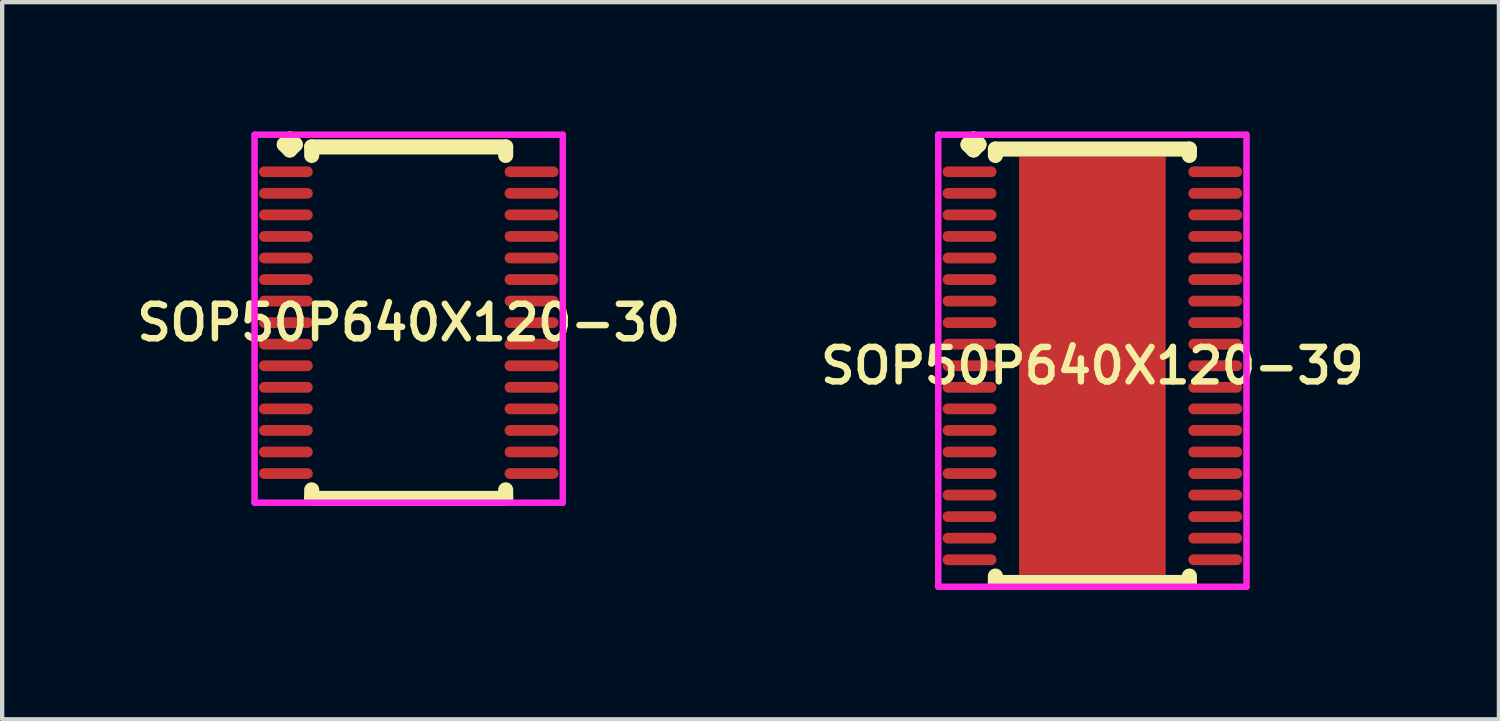
<source format=kicad_pcb>
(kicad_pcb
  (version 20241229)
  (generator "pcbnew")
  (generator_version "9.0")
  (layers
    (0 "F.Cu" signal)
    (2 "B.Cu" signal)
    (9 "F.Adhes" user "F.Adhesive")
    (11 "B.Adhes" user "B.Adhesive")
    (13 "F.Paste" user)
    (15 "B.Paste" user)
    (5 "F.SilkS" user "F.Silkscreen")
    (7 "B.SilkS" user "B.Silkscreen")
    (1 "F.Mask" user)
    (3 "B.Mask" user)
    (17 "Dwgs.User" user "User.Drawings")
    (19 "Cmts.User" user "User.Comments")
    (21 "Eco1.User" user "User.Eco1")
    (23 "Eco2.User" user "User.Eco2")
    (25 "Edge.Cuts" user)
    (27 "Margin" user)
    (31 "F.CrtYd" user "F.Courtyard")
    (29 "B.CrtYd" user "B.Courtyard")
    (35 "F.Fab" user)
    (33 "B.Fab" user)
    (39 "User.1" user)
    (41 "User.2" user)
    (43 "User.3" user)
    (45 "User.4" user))
  (footprint "SOP50P640X120-39"
    (layer "F.Cu")
    (at 22.292 5.435)
    (property "Reference" "SOP50P640X120-39" (at 0 0 0) (layer "F.SilkS") (effects (font (size 0.8 0.8) (thickness 0.15))))
    (attr smd)
    (fp_line (start -2.885 -5.133) (end -2.758 -5.26) (stroke (width 0.35) (type solid)) (layer "F.SilkS"))
    (fp_line (start -2.758 -5.26) (end -2.631 -5.133) (stroke (width 0.35) (type solid)) (layer "F.SilkS"))
    (fp_line (start -2.758 -5.006) (end -2.885 -5.133) (stroke (width 0.35) (type solid)) (layer "F.SilkS"))
    (fp_line (start -2.631 -5.133) (end -2.758 -5.006) (stroke (width 0.35) (type solid)) (layer "F.SilkS"))
    (fp_line (start -2.25 -5.027) (end 2.25 -5.027) (stroke (width 0.35) (type solid)) (layer "F.SilkS"))
    (fp_line (start -2.25 -4.879) (end -2.25 -5.027) (stroke (width 0.35) (type solid)) (layer "F.SilkS"))
    (fp_line (start -2.25 4.879) (end -2.25 5.027) (stroke (width 0.35) (type solid)) (layer "F.SilkS"))
    (fp_line (start -2.25 5.027) (end 2.25 5.027) (stroke (width 0.35) (type solid)) (layer "F.SilkS"))
    (fp_line (start 2.25 -5.027) (end 2.25 -4.879) (stroke (width 0.35) (type solid)) (layer "F.SilkS"))
    (fp_line (start 2.25 5.027) (end 2.25 4.879) (stroke (width 0.35) (type solid)) (layer "F.SilkS"))
    (fp_line (start -3.575 -5.36) (end 3.575 -5.36) (stroke (width 0.15) (type solid)) (layer "F.CrtYd"))
    (fp_line (start -3.575 5.127) (end -3.575 -5.36) (stroke (width 0.15) (type solid)) (layer "F.CrtYd"))
    (fp_line (start 3.575 -5.36) (end 3.575 5.127) (stroke (width 0.15) (type solid)) (layer "F.CrtYd"))
    (fp_line (start 3.575 5.127) (end -3.575 5.127) (stroke (width 0.15) (type solid)) (layer "F.CrtYd"))
    (pad "1" smd oval (at -2.85 -4.5) (size 1.25 0.25) (layers "F.Cu" "F.Mask" "F.Paste"))
    (pad "2" smd oval (at -2.85 -4) (size 1.25 0.25) (layers "F.Cu" "F.Mask" "F.Paste"))
    (pad "3" smd oval (at -2.85 -3.5) (size 1.25 0.25) (layers "F.Cu" "F.Mask" "F.Paste"))
    (pad "4" smd oval (at -2.85 -3) (size 1.25 0.25) (layers "F.Cu" "F.Mask" "F.Paste"))
    (pad "5" smd oval (at -2.85 -2.5) (size 1.25 0.25) (layers "F.Cu" "F.Mask" "F.Paste"))
    (pad "6" smd oval (at -2.85 -2) (size 1.25 0.25) (layers "F.Cu" "F.Mask" "F.Paste"))
    (pad "7" smd oval (at -2.85 -1.5) (size 1.25 0.25) (layers "F.Cu" "F.Mask" "F.Paste"))
    (pad "8" smd oval (at -2.85 -1) (size 1.25 0.25) (layers "F.Cu" "F.Mask" "F.Paste"))
    (pad "9" smd oval (at -2.85 -0.5) (size 1.25 0.25) (layers "F.Cu" "F.Mask" "F.Paste"))
    (pad "10" smd oval (at -2.85 0) (size 1.25 0.25) (layers "F.Cu" "F.Mask" "F.Paste"))
    (pad "11" smd oval (at -2.85 0.5) (size 1.25 0.25) (layers "F.Cu" "F.Mask" "F.Paste"))
    (pad "12" smd oval (at -2.85 1) (size 1.25 0.25) (layers "F.Cu" "F.Mask" "F.Paste"))
    (pad "13" smd oval (at -2.85 1.5) (size 1.25 0.25) (layers "F.Cu" "F.Mask" "F.Paste"))
    (pad "14" smd oval (at -2.85 2) (size 1.25 0.25) (layers "F.Cu" "F.Mask" "F.Paste"))
    (pad "15" smd oval (at -2.85 2.5) (size 1.25 0.25) (layers "F.Cu" "F.Mask" "F.Paste"))
    (pad "16" smd oval (at -2.85 3) (size 1.25 0.25) (layers "F.Cu" "F.Mask" "F.Paste"))
    (pad "17" smd oval (at -2.85 3.5) (size 1.25 0.25) (layers "F.Cu" "F.Mask" "F.Paste"))
    (pad "18" smd oval (at -2.85 4) (size 1.25 0.25) (layers "F.Cu" "F.Mask" "F.Paste"))
    (pad "19" smd oval (at -2.85 4.5) (size 1.25 0.25) (layers "F.Cu" "F.Mask" "F.Paste"))
    (pad "20" smd oval (at 2.85 4.5) (size 1.25 0.25) (layers "F.Cu" "F.Mask" "F.Paste"))
    (pad "21" smd oval (at 2.85 4) (size 1.25 0.25) (layers "F.Cu" "F.Mask" "F.Paste"))
    (pad "22" smd oval (at 2.85 3.5) (size 1.25 0.25) (layers "F.Cu" "F.Mask" "F.Paste"))
    (pad "23" smd oval (at 2.85 3) (size 1.25 0.25) (layers "F.Cu" "F.Mask" "F.Paste"))
    (pad "24" smd oval (at 2.85 2.5) (size 1.25 0.25) (layers "F.Cu" "F.Mask" "F.Paste"))
    (pad "25" smd oval (at 2.85 2) (size 1.25 0.25) (layers "F.Cu" "F.Mask" "F.Paste"))
    (pad "26" smd oval (at 2.85 1.5) (size 1.25 0.25) (layers "F.Cu" "F.Mask" "F.Paste"))
    (pad "27" smd oval (at 2.85 1) (size 1.25 0.25) (layers "F.Cu" "F.Mask" "F.Paste"))
    (pad "28" smd oval (at 2.85 0.5) (size 1.25 0.25) (layers "F.Cu" "F.Mask" "F.Paste"))
    (pad "29" smd oval (at 2.85 0) (size 1.25 0.25) (layers "F.Cu" "F.Mask" "F.Paste"))
    (pad "30" smd oval (at 2.85 -0.5) (size 1.25 0.25) (layers "F.Cu" "F.Mask" "F.Paste"))
    (pad "31" smd oval (at 2.85 -1) (size 1.25 0.25) (layers "F.Cu" "F.Mask" "F.Paste"))
    (pad "32" smd oval (at 2.85 -1.5) (size 1.25 0.25) (layers "F.Cu" "F.Mask" "F.Paste"))
    (pad "33" smd oval (at 2.85 -2) (size 1.25 0.25) (layers "F.Cu" "F.Mask" "F.Paste"))
    (pad "34" smd oval (at 2.85 -2.5) (size 1.25 0.25) (layers "F.Cu" "F.Mask" "F.Paste"))
    (pad "35" smd oval (at 2.85 -3) (size 1.25 0.25) (layers "F.Cu" "F.Mask" "F.Paste"))
    (pad "36" smd oval (at 2.85 -3.5) (size 1.25 0.25) (layers "F.Cu" "F.Mask" "F.Paste"))
    (pad "37" smd oval (at 2.85 -4) (size 1.25 0.25) (layers "F.Cu" "F.Mask" "F.Paste"))
    (pad "38" smd oval (at 2.85 -4.5) (size 1.25 0.25) (layers "F.Cu" "F.Mask" "F.Paste"))
    (pad "39" smd rect (at 0 0) (size 3.4 9.7) (layers "F.Cu" "F.Mask" "F.Paste")))
  (footprint "SOP50P640X120-30"
    (layer "F.Cu")
    (at 6.431 4.435)
    (property "Reference" "SOP50P640X120-30" (at 0 0 0) (layer "F.SilkS") (effects (font (size 0.8 0.8) (thickness 0.15))))
    (attr smd)
    (fp_line (start -2.885 -4.133) (end -2.758 -4.26) (stroke (width 0.35) (type solid)) (layer "F.SilkS"))
    (fp_line (start -2.758 -4.26) (end -2.631 -4.133) (stroke (width 0.35) (type solid)) (layer "F.SilkS"))
    (fp_line (start -2.758 -4.006) (end -2.885 -4.133) (stroke (width 0.35) (type solid)) (layer "F.SilkS"))
    (fp_line (start -2.631 -4.133) (end -2.758 -4.006) (stroke (width 0.35) (type solid)) (layer "F.SilkS"))
    (fp_line (start -2.25 -4.077) (end 2.25 -4.077) (stroke (width 0.35) (type solid)) (layer "F.SilkS"))
    (fp_line (start -2.25 -3.879) (end -2.25 -4.077) (stroke (width 0.35) (type solid)) (layer "F.SilkS"))
    (fp_line (start -2.25 3.879) (end -2.25 4.077) (stroke (width 0.35) (type solid)) (layer "F.SilkS"))
    (fp_line (start -2.25 4.077) (end 2.25 4.077) (stroke (width 0.35) (type solid)) (layer "F.SilkS"))
    (fp_line (start 2.25 -4.077) (end 2.25 -3.879) (stroke (width 0.35) (type solid)) (layer "F.SilkS"))
    (fp_line (start 2.25 4.077) (end 2.25 3.879) (stroke (width 0.35) (type solid)) (layer "F.SilkS"))
    (fp_line (start -3.575 -4.36) (end 3.575 -4.36) (stroke (width 0.15) (type solid)) (layer "F.CrtYd"))
    (fp_line (start -3.575 4.177) (end -3.575 -4.36) (stroke (width 0.15) (type solid)) (layer "F.CrtYd"))
    (fp_line (start 3.575 -4.36) (end 3.575 4.177) (stroke (width 0.15) (type solid)) (layer "F.CrtYd"))
    (fp_line (start 3.575 4.177) (end -3.575 4.177) (stroke (width 0.15) (type solid)) (layer "F.CrtYd"))
    (pad "1" smd oval (at -2.85 -3.5) (size 1.25 0.25) (layers "F.Cu" "F.Mask" "F.Paste"))
    (pad "2" smd oval (at -2.85 -3) (size 1.25 0.25) (layers "F.Cu" "F.Mask" "F.Paste"))
    (pad "3" smd oval (at -2.85 -2.5) (size 1.25 0.25) (layers "F.Cu" "F.Mask" "F.Paste"))
    (pad "4" smd oval (at -2.85 -2) (size 1.25 0.25) (layers "F.Cu" "F.Mask" "F.Paste"))
    (pad "5" smd oval (at -2.85 -1.5) (size 1.25 0.25) (layers "F.Cu" "F.Mask" "F.Paste"))
    (pad "6" smd oval (at -2.85 -1) (size 1.25 0.25) (layers "F.Cu" "F.Mask" "F.Paste"))
    (pad "7" smd oval (at -2.85 -0.5) (size 1.25 0.25) (layers "F.Cu" "F.Mask" "F.Paste"))
    (pad "8" smd oval (at -2.85 0) (size 1.25 0.25) (layers "F.Cu" "F.Mask" "F.Paste"))
    (pad "9" smd oval (at -2.85 0.5) (size 1.25 0.25) (layers "F.Cu" "F.Mask" "F.Paste"))
    (pad "10" smd oval (at -2.85 1) (size 1.25 0.25) (layers "F.Cu" "F.Mask" "F.Paste"))
    (pad "11" smd oval (at -2.85 1.5) (size 1.25 0.25) (layers "F.Cu" "F.Mask" "F.Paste"))
    (pad "12" smd oval (at -2.85 2) (size 1.25 0.25) (layers "F.Cu" "F.Mask" "F.Paste"))
    (pad "13" smd oval (at -2.85 2.5) (size 1.25 0.25) (layers "F.Cu" "F.Mask" "F.Paste"))
    (pad "14" smd oval (at -2.85 3) (size 1.25 0.25) (layers "F.Cu" "F.Mask" "F.Paste"))
    (pad "15" smd oval (at -2.85 3.5) (size 1.25 0.25) (layers "F.Cu" "F.Mask" "F.Paste"))
    (pad "16" smd oval (at 2.85 3.5) (size 1.25 0.25) (layers "F.Cu" "F.Mask" "F.Paste"))
    (pad "17" smd oval (at 2.85 3) (size 1.25 0.25) (layers "F.Cu" "F.Mask" "F.Paste"))
    (pad "18" smd oval (at 2.85 2.5) (size 1.25 0.25) (layers "F.Cu" "F.Mask" "F.Paste"))
    (pad "19" smd oval (at 2.85 2) (size 1.25 0.25) (layers "F.Cu" "F.Mask" "F.Paste"))
    (pad "20" smd oval (at 2.85 1.5) (size 1.25 0.25) (layers "F.Cu" "F.Mask" "F.Paste"))
    (pad "21" smd oval (at 2.85 1) (size 1.25 0.25) (layers "F.Cu" "F.Mask" "F.Paste"))
    (pad "22" smd oval (at 2.85 0.5) (size 1.25 0.25) (layers "F.Cu" "F.Mask" "F.Paste"))
    (pad "23" smd oval (at 2.85 0) (size 1.25 0.25) (layers "F.Cu" "F.Mask" "F.Paste"))
    (pad "24" smd oval (at 2.85 -0.5) (size 1.25 0.25) (layers "F.Cu" "F.Mask" "F.Paste"))
    (pad "25" smd oval (at 2.85 -1) (size 1.25 0.25) (layers "F.Cu" "F.Mask" "F.Paste"))
    (pad "26" smd oval (at 2.85 -1.5) (size 1.25 0.25) (layers "F.Cu" "F.Mask" "F.Paste"))
    (pad "27" smd oval (at 2.85 -2) (size 1.25 0.25) (layers "F.Cu" "F.Mask" "F.Paste"))
    (pad "28" smd oval (at 2.85 -2.5) (size 1.25 0.25) (layers "F.Cu" "F.Mask" "F.Paste"))
    (pad "29" smd oval (at 2.85 -3) (size 1.25 0.25) (layers "F.Cu" "F.Mask" "F.Paste"))
    (pad "30" smd oval (at 2.85 -3.5) (size 1.25 0.25) (layers "F.Cu" "F.Mask" "F.Paste")))
  (gr_rect
    (start -3 -3)
    (end 31.723 13.637)
    (stroke (width 0.1) (type default))
    (fill no)
    (layer "Edge.Cuts")))
</source>
